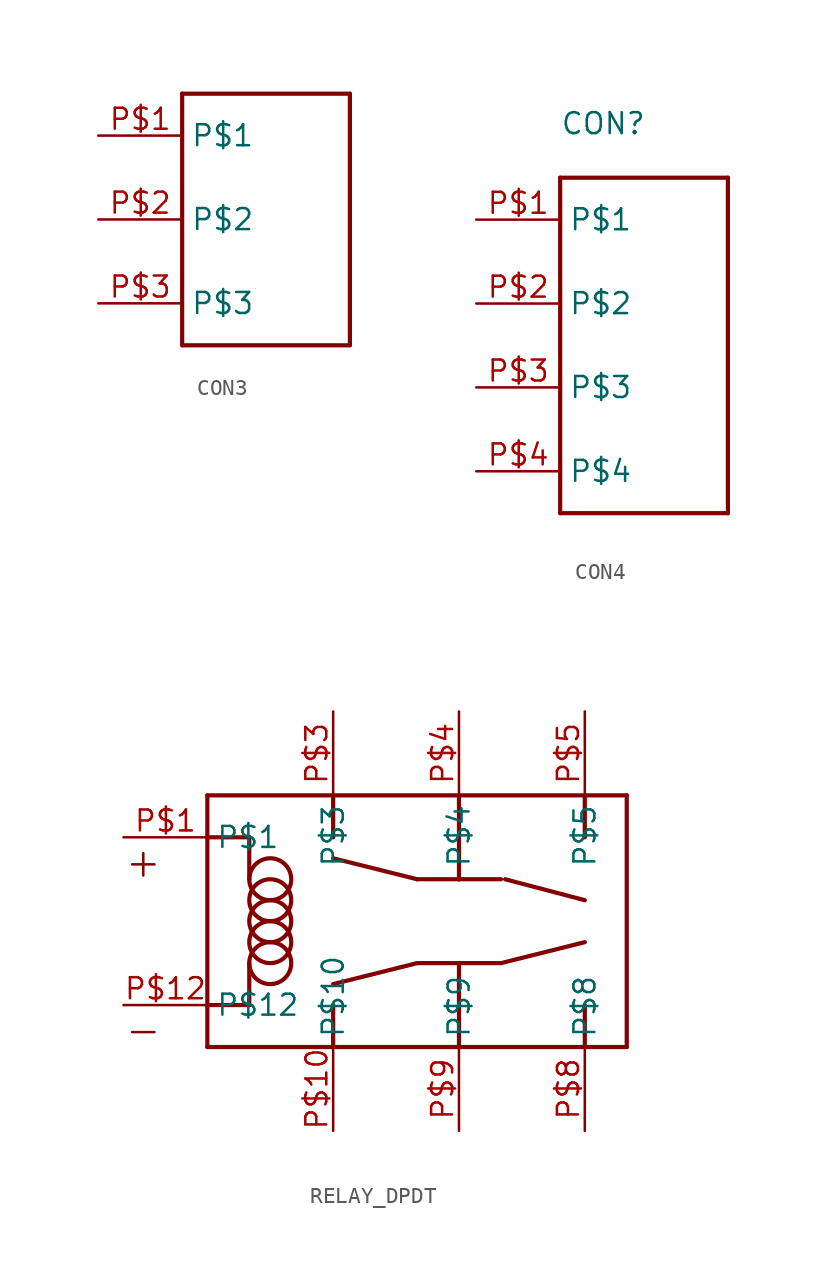
<source format=kicad_sym>
(kicad_symbol_lib
  (version 20220914)
  (generator kicad_symbol_editor)
  (symbol "CON3"
    (property "Reference" ""
      (at -5.08 10.16 0)
      (effects (font (size 1.27 1.27)) (justify left bottom) hide))
    (property "ki_locked" ""
      (at 0 0 0)
      (effects (font (size 1.27 1.27))))
    (symbol "CON3_1_0"
      (polyline (pts (xy -5.08 -7.62) (xy -5.08 7.62)) (stroke (width 0.254) (type solid)) (fill (type none)))
      (polyline (pts (xy -5.08 7.62) (xy 5.08 7.62)) (stroke (width 0.254) (type solid)) (fill (type none)))
      (polyline (pts (xy 5.08 -7.62) (xy -5.08 -7.62)) (stroke (width 0.254) (type solid)) (fill (type none)))
      (polyline (pts (xy 5.08 7.62) (xy 5.08 -7.62)) (stroke (width 0.254) (type solid)) (fill (type none)))
      (pin bidirectional line (at -10.16 5.08 0) (length 5.08) (name "P$1" (effects (font (size 1.27 1.27)))) (number "P$1" (effects (font (size 1.27 1.27)))))
      (pin bidirectional line (at -10.16 0 0) (length 5.08) (name "P$2" (effects (font (size 1.27 1.27)))) (number "P$2" (effects (font (size 1.27 1.27)))))
      (pin bidirectional line (at -10.16 -5.08 0) (length 5.08) (name "P$3" (effects (font (size 1.27 1.27)))) (number "P$3" (effects (font (size 1.27 1.27)))))))
  (symbol "CON4"
    (property "Reference" "CON"
      (at 5.08 5.08 0)
      (effects (font (size 1.27 1.27)) (justify left bottom)))
    (property "ki_locked" ""
      (at 0 0 0)
      (effects (font (size 1.27 1.27))))
    (symbol "CON4_1_0"
      (polyline (pts (xy 5.08 -17.78) (xy 5.08 2.54)) (stroke (width 0.254) (type solid)) (fill (type none)))
      (polyline (pts (xy 5.08 2.54) (xy 15.24 2.54)) (stroke (width 0.254) (type solid)) (fill (type none)))
      (polyline (pts (xy 15.24 -17.78) (xy 5.08 -17.78)) (stroke (width 0.254) (type solid)) (fill (type none)))
      (polyline (pts (xy 15.24 2.54) (xy 15.24 -17.78)) (stroke (width 0.254) (type solid)) (fill (type none)))
      (pin bidirectional line (at 0 0 0) (length 5.08) (name "P$1" (effects (font (size 1.27 1.27)))) (number "P$1" (effects (font (size 1.27 1.27)))))
      (pin bidirectional line (at 0 -5.08 0) (length 5.08) (name "P$2" (effects (font (size 1.27 1.27)))) (number "P$2" (effects (font (size 1.27 1.27)))))
      (pin bidirectional line (at 0 -10.16 0) (length 5.08) (name "P$3" (effects (font (size 1.27 1.27)))) (number "P$3" (effects (font (size 1.27 1.27)))))
      (pin bidirectional line (at 0 -15.24 0) (length 5.08) (name "P$4" (effects (font (size 1.27 1.27)))) (number "P$4" (effects (font (size 1.27 1.27)))))))
  (symbol "RELAY_DPDT"
    (property "Reference" ""
      (at -15.24 10.16 0)
      (effects (font (size 1.778 1.778)) (justify left bottom) hide))
    (property "Value" ""
      (at -15.24 -12.7 0)
      (effects (font (size 1.778 1.778)) (justify left bottom)))
    (property "ki_locked" ""
      (at 0 0 0)
      (effects (font (size 1.27 1.27))))
    (symbol "RELAY_DPDT_1_0"
      (circle (center -6.35 -2.54) (radius 1.27) (stroke (width 0.254) (type solid)) (fill (type none)))
      (circle (center -6.35 -1.27) (radius 1.27) (stroke (width 0.254) (type solid)) (fill (type none)))
      (circle (center -6.35 0) (radius 1.27) (stroke (width 0.254) (type solid)) (fill (type none)))
      (circle (center -6.35 1.27) (radius 1.27) (stroke (width 0.254) (type solid)) (fill (type none)))
      (circle (center -6.35 2.54) (radius 1.27) (stroke (width 0.254) (type solid)) (fill (type none)))
      (polyline (pts (xy -10.16 -7.62) (xy -10.16 7.62)) (stroke (width 0.254) (type solid)) (fill (type none)))
      (polyline (pts (xy -10.16 -5.08) (xy -7.62 -5.08)) (stroke (width 0.254) (type solid)) (fill (type none)))
      (polyline (pts (xy -10.16 5.08) (xy -7.62 5.08)) (stroke (width 0.254) (type solid)) (fill (type none)))
      (polyline (pts (xy -10.16 7.62) (xy 15.24 7.62)) (stroke (width 0.254) (type solid)) (fill (type none)))
      (polyline (pts (xy -7.62 -5.08) (xy -7.62 -2.54)) (stroke (width 0.254) (type solid)) (fill (type none)))
      (polyline (pts (xy -7.62 5.08) (xy -7.62 2.54)) (stroke (width 0.254) (type solid)) (fill (type none)))
      (polyline (pts (xy -2.54 -7.62) (xy -2.54 -5.08)) (stroke (width 0.254) (type solid)) (fill (type none)))
      (polyline (pts (xy -2.54 7.62) (xy -2.54 5.08)) (stroke (width 0.254) (type solid)) (fill (type none)))
      (polyline (pts (xy 2.54 -2.54) (xy -2.54 -3.81)) (stroke (width 0.254) (type solid)) (fill (type none)))
      (polyline (pts (xy 2.54 -2.54) (xy 5.08 -2.54)) (stroke (width 0.254) (type solid)) (fill (type none)))
      (polyline (pts (xy 2.54 2.54) (xy -2.54 3.81)) (stroke (width 0.254) (type solid)) (fill (type none)))
      (polyline (pts (xy 2.54 2.54) (xy 5.08 2.54)) (stroke (width 0.254) (type solid)) (fill (type none)))
      (polyline (pts (xy 5.08 -7.62) (xy 5.08 -2.54)) (stroke (width 0.254) (type solid)) (fill (type none)))
      (polyline (pts (xy 5.08 -2.54) (xy 7.62 -2.54)) (stroke (width 0.254) (type solid)) (fill (type none)))
      (polyline (pts (xy 5.08 2.54) (xy 7.62 2.54)) (stroke (width 0.254) (type solid)) (fill (type none)))
      (polyline (pts (xy 5.08 7.62) (xy 5.08 2.54)) (stroke (width 0.254) (type solid)) (fill (type none)))
      (polyline (pts (xy 7.62 -2.54) (xy 12.7 -1.27)) (stroke (width 0.254) (type solid)) (fill (type none)))
      (polyline (pts (xy 7.874 2.54) (xy 12.7 1.27)) (stroke (width 0.254) (type solid)) (fill (type none)))
      (polyline (pts (xy 12.7 -7.62) (xy 12.7 -5.08)) (stroke (width 0.254) (type solid)) (fill (type none)))
      (polyline (pts (xy 12.7 7.62) (xy 12.7 5.08)) (stroke (width 0.254) (type solid)) (fill (type none)))
      (polyline (pts (xy 15.24 -7.62) (xy -10.16 -7.62)) (stroke (width 0.254) (type solid)) (fill (type none)))
      (polyline (pts (xy 15.24 7.62) (xy 15.24 -7.62)) (stroke (width 0.254) (type solid)) (fill (type none)))
      (text "+" (at -15.24 2.54 0) (effects (font (size 1.778 1.778)) (justify left bottom)))
      (text "-" (at -15.24 -7.62 0) (effects (font (size 1.778 1.778)) (justify left bottom)))
      (pin bidirectional line (at -15.24 5.08 0) (length 5.08) (name "P$1" (effects (font (size 1.27 1.27)))) (number "P$1" (effects (font (size 1.27 1.27)))))
      (pin bidirectional line (at -2.54 -12.7 90) (length 5.08) (name "P$10" (effects (font (size 1.27 1.27)))) (number "P$10" (effects (font (size 1.27 1.27)))))
      (pin bidirectional line (at -15.24 -5.08 0) (length 5.08) (name "P$12" (effects (font (size 1.27 1.27)))) (number "P$12" (effects (font (size 1.27 1.27)))))
      (pin bidirectional line (at -2.54 12.7 270) (length 5.08) (name "P$3" (effects (font (size 1.27 1.27)))) (number "P$3" (effects (font (size 1.27 1.27)))))
      (pin bidirectional line (at 5.08 12.7 270) (length 5.08) (name "P$4" (effects (font (size 1.27 1.27)))) (number "P$4" (effects (font (size 1.27 1.27)))))
      (pin bidirectional line (at 12.7 12.7 270) (length 5.08) (name "P$5" (effects (font (size 1.27 1.27)))) (number "P$5" (effects (font (size 1.27 1.27)))))
      (pin bidirectional line (at 12.7 -12.7 90) (length 5.08) (name "P$8" (effects (font (size 1.27 1.27)))) (number "P$8" (effects (font (size 1.27 1.27)))))
      (pin bidirectional line (at 5.08 -12.7 90) (length 5.08) (name "P$9" (effects (font (size 1.27 1.27)))) (number "P$9" (effects (font (size 1.27 1.27))))))))
</source>
